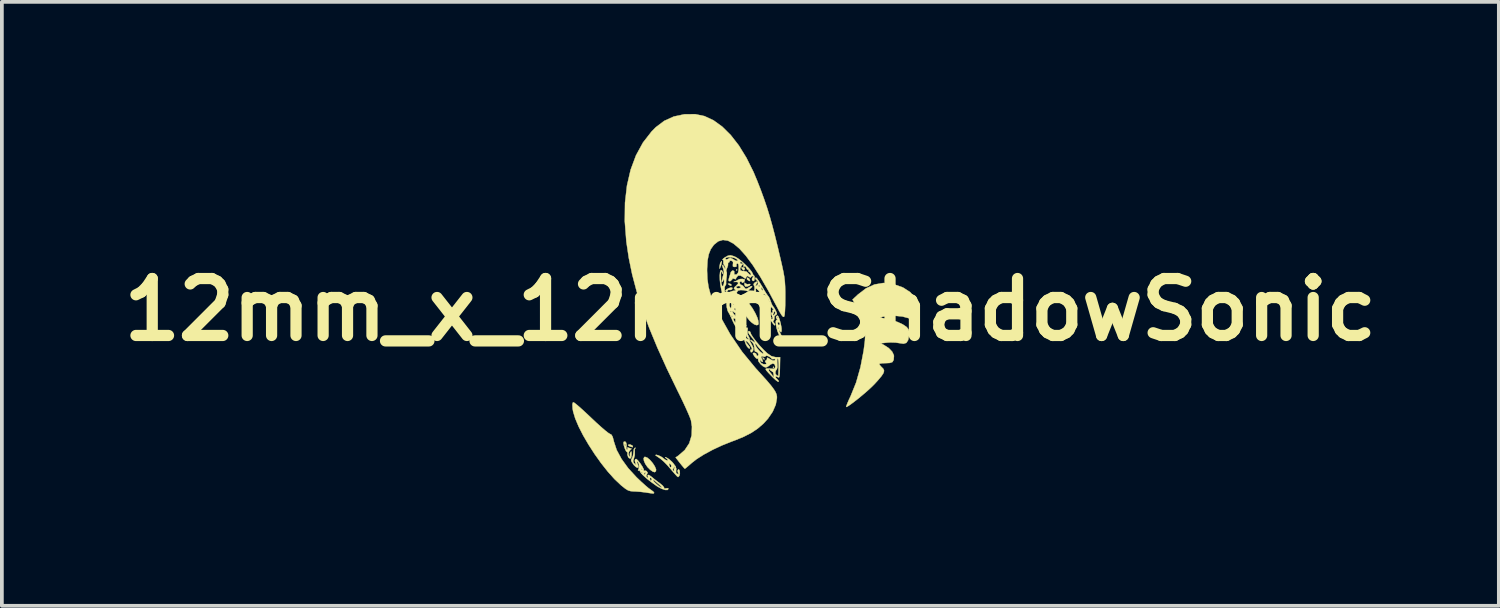
<source format=kicad_pcb>
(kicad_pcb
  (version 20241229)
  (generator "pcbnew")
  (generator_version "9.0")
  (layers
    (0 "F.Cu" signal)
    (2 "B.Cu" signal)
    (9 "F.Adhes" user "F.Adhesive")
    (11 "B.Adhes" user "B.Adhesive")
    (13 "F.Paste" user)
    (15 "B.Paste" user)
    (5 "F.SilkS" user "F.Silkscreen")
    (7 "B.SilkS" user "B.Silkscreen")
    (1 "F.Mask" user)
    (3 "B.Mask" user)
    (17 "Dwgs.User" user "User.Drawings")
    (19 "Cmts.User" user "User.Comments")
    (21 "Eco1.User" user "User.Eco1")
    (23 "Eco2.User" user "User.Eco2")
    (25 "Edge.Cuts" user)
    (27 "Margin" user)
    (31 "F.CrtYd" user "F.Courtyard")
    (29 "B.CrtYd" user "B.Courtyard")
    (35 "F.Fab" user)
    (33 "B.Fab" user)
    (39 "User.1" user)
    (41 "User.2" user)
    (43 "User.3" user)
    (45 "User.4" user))
  (footprint "12mm_x_12mm_ShadowSonic"
    (layer "F.Cu")
    (at 17.025 5.236)
    (property "Reference" "12mm_x_12mm_ShadowSonic" (at 0 0 0) (layer "F.SilkS") (effects (font (size 1.524 1.524) (thickness 0.3))))
    (attr through_hole)
    (fp_poly (pts (xy -0.349 -1.064) (xy -0.365 -1.048) (xy -0.381 -1.064) (xy -0.365 -1.079) (xy -0.349 -1.064)) (stroke (width 0.01) (type solid)) (fill yes) (layer "F.SilkS"))
    (fp_poly (pts (xy -0.349 0.27) (xy -0.365 0.286) (xy -0.381 0.27) (xy -0.365 0.254) (xy -0.349 0.27)) (stroke (width 0.01) (type solid)) (fill yes) (layer "F.SilkS"))
    (fp_poly (pts (xy 0.635 1.54) (xy 0.619 1.556) (xy 0.603 1.54) (xy 0.619 1.524) (xy 0.635 1.54)) (stroke (width 0.01) (type solid)) (fill yes) (layer "F.SilkS"))
    (fp_poly (pts (xy -0.677 -0.243) (xy -0.674 -0.206) (xy -0.677 -0.201) (xy -0.696 -0.205) (xy -0.699 -0.222) (xy -0.687 -0.248) (xy -0.677 -0.243)) (stroke (width 0.01) (type solid)) (fill yes) (layer "F.SilkS"))
    (fp_poly (pts (xy 0.344 1.283) (xy 0.378 1.315) (xy 0.371 1.333) (xy 0.367 1.333) (xy 0.34 1.311) (xy 0.33 1.297) (xy 0.327 1.275) (xy 0.344 1.283)) (stroke (width 0.01) (type solid)) (fill yes) (layer "F.SilkS"))
    (fp_poly (pts (xy -0.516 -0.683) (xy -0.508 -0.667) (xy -0.513 -0.639) (xy -0.54 -0.647) (xy -0.572 -0.667) (xy -0.601 -0.691) (xy -0.571 -0.698) (xy -0.564 -0.698) (xy -0.516 -0.683)) (stroke (width 0.01) (type solid)) (fill yes) (layer "F.SilkS"))
    (fp_poly (pts (xy -0.196 -1.135) (xy -0.151 -1.114) (xy -0.15 -1.089) (xy -0.169 -1.052) (xy -0.195 -1.065) (xy -0.221 -1.094) (xy -0.24 -1.128) (xy -0.205 -1.135) (xy -0.196 -1.135)) (stroke (width 0.01) (type solid)) (fill yes) (layer "F.SilkS"))
    (fp_poly (pts (xy 0.507 -0.135) (xy 0.508 -0.127) (xy 0.484 -0.096) (xy 0.476 -0.095) (xy 0.445 -0.119) (xy 0.445 -0.127) (xy 0.469 -0.158) (xy 0.476 -0.159) (xy 0.507 -0.135)) (stroke (width 0.01) (type solid)) (fill yes) (layer "F.SilkS"))
    (fp_poly (pts (xy -0.764 -1.278) (xy -0.765 -1.27) (xy -0.778 -1.202) (xy -0.794 -1.159) (xy -0.821 -1.095) (xy -0.823 -1.159) (xy -0.809 -1.237) (xy -0.794 -1.27) (xy -0.769 -1.302) (xy -0.764 -1.278)) (stroke (width 0.01) (type solid)) (fill yes) (layer "F.SilkS"))
    (fp_poly (pts (xy -0.032 -0.832) (xy -0.02 -0.81) (xy -0.008 -0.77) (xy -0.009 -0.765) (xy -0.04 -0.777) (xy -0.056 -0.783) (xy -0.09 -0.814) (xy -0.09 -0.848) (xy -0.067 -0.857) (xy -0.032 -0.832)) (stroke (width 0.01) (type solid)) (fill yes) (layer "F.SilkS"))
    (fp_poly (pts (xy -3.207 3.61) (xy -3.155 3.635) (xy -3.143 3.655) (xy -3.15 3.68) (xy -3.151 3.679) (xy -3.184 3.669) (xy -3.215 3.661) (xy -3.262 3.636) (xy -3.27 3.62) (xy -3.245 3.606) (xy -3.207 3.61)) (stroke (width 0.01) (type solid)) (fill yes) (layer "F.SilkS"))
    (fp_poly (pts (xy -0.191 0.531) (xy -0.162 0.562) (xy -0.171 0.595) (xy -0.188 0.588) (xy -0.191 0.569) (xy -0.197 0.54) (xy -0.219 0.567) (xy -0.251 0.59) (xy -0.266 0.578) (xy -0.259 0.542) (xy -0.239 0.529) (xy -0.191 0.531)) (stroke (width 0.01) (type solid)) (fill yes) (layer "F.SilkS"))
    (fp_poly (pts (xy -0.132 -0.705) (xy -0.085 -0.68) (xy -0.053 -0.685) (xy -0.009 -0.688) (xy 0 -0.674) (xy -0.026 -0.643) (xy -0.082 -0.622) (xy -0.132 -0.622) (xy -0.141 -0.628) (xy -0.157 -0.672) (xy -0.158 -0.696) (xy -0.151 -0.727) (xy -0.132 -0.705)) (stroke (width 0.01) (type solid)) (fill yes) (layer "F.SilkS"))
    (fp_poly (pts (xy -0.485 -0.59) (xy -0.481 -0.556) (xy -0.514 -0.529) (xy -0.557 -0.529) (xy -0.597 -0.527) (xy -0.603 -0.511) (xy -0.625 -0.478) (xy -0.635 -0.476) (xy -0.666 -0.501) (xy -0.667 -0.509) (xy -0.641 -0.54) (xy -0.583 -0.573) (xy -0.521 -0.593) (xy -0.485 -0.59)) (stroke (width 0.01) (type solid)) (fill yes) (layer "F.SilkS"))
    (fp_poly (pts (xy -2.754 3.961) (xy -2.682 4.023) (xy -2.611 4.106) (xy -2.554 4.195) (xy -2.522 4.274) (xy -2.526 4.321) (xy -2.559 4.347) (xy -2.609 4.332) (xy -2.679 4.283) (xy -2.752 4.21) (xy -2.81 4.126) (xy -2.846 4.043) (xy -2.855 3.976) (xy -2.833 3.94) (xy -2.816 3.937) (xy -2.754 3.961)) (stroke (width 0.01) (type solid)) (fill yes) (layer "F.SilkS"))
    (fp_poly (pts (xy -0.126 -0.248) (xy -0.102 -0.232) (xy -0.026 -0.154) (xy 0.057 -0.038) (xy 0.133 0.094) (xy 0.19 0.219) (xy 0.212 0.296) (xy 0.22 0.373) (xy 0.206 0.406) (xy 0.163 0.413) (xy 0.103 0.391) (xy 0.025 0.334) (xy -0.017 0.294) (xy -0.095 0.197) (xy -0.171 0.08) (xy -0.235 -0.039) (xy -0.276 -0.141) (xy -0.286 -0.193) (xy -0.262 -0.25) (xy -0.203 -0.27) (xy -0.126 -0.248)) (stroke (width 0.01) (type solid)) (fill yes) (layer "F.SilkS"))
    (fp_poly (pts (xy -3.321 3.562) (xy -3.31 3.627) (xy -3.314 3.655) (xy -3.318 3.722) (xy -3.299 3.747) (xy -3.283 3.726) (xy -3.289 3.709) (xy -3.291 3.686) (xy -3.257 3.693) (xy -3.2 3.712) (xy -3.18 3.715) (xy -3.183 3.729) (xy -3.204 3.744) (xy -3.246 3.797) (xy -3.26 3.865) (xy -3.241 3.919) (xy -3.233 3.924) (xy -3.212 3.928) (xy -3.219 3.91) (xy -3.224 3.856) (xy -3.209 3.818) (xy -3.187 3.79) (xy -3.178 3.813) (xy -3.176 3.864) (xy -3.186 3.949) (xy -3.214 3.985) (xy -3.252 3.965) (xy -3.27 3.937) (xy -3.29 3.874) (xy -3.286 3.841) (xy -3.288 3.812) (xy -3.299 3.81) (xy -3.326 3.783) (xy -3.356 3.717) (xy -3.382 3.638) (xy -3.385 3.619) (xy -3.365 3.619) (xy -3.354 3.646) (xy -3.344 3.641) (xy -3.341 3.603) (xy -3.344 3.598) (xy -3.363 3.603) (xy -3.365 3.619) (xy -3.385 3.619) (xy -3.394 3.569) (xy -3.389 3.537) (xy -3.35 3.526) (xy -3.321 3.562)) (stroke (width 0.01) (type solid)) (fill yes) (layer "F.SilkS"))
    (fp_poly (pts (xy -4.698 2.498) (xy -4.626 2.556) (xy -4.525 2.645) (xy -4.401 2.758) (xy -4.263 2.888) (xy -4.261 2.89) (xy -4.121 3.022) (xy -3.992 3.138) (xy -3.883 3.232) (xy -3.803 3.295) (xy -3.76 3.321) (xy -3.716 3.345) (xy -3.684 3.401) (xy -3.656 3.503) (xy -3.651 3.527) (xy -3.576 3.754) (xy -3.446 3.994) (xy -3.268 4.24) (xy -3.047 4.481) (xy -2.929 4.594) (xy -2.818 4.694) (xy -2.727 4.772) (xy -2.67 4.813) (xy -2.599 4.864) (xy -2.572 4.901) (xy -2.594 4.918) (xy -2.611 4.917) (xy -2.664 4.91) (xy -2.755 4.897) (xy -2.81 4.888) (xy -2.942 4.872) (xy -3.081 4.862) (xy -3.119 4.861) (xy -3.201 4.854) (xy -3.27 4.834) (xy -3.344 4.789) (xy -3.441 4.712) (xy -3.466 4.691) (xy -3.637 4.529) (xy -3.815 4.33) (xy -3.993 4.105) (xy -4.166 3.862) (xy -4.328 3.611) (xy -4.473 3.363) (xy -4.594 3.126) (xy -4.685 2.91) (xy -4.741 2.725) (xy -4.754 2.649) (xy -4.76 2.542) (xy -4.751 2.488) (xy -4.732 2.477) (xy -4.698 2.498)) (stroke (width 0.01) (type solid)) (fill yes) (layer "F.SilkS"))
    (fp_poly (pts (xy 0.753 0.187) (xy 0.781 0.259) (xy 0.808 0.356) (xy 0.829 0.46) (xy 0.835 0.5) (xy 0.836 0.57) (xy 0.822 0.603) (xy 0.82 0.603) (xy 0.795 0.578) (xy 0.794 0.566) (xy 0.782 0.543) (xy 0.775 0.548) (xy 0.778 0.584) (xy 0.809 0.646) (xy 0.81 0.647) (xy 0.844 0.716) (xy 0.85 0.767) (xy 0.83 0.764) (xy 0.793 0.715) (xy 0.764 0.664) (xy 0.727 0.576) (xy 0.703 0.492) (xy 0.73 0.492) (xy 0.746 0.508) (xy 0.762 0.492) (xy 0.746 0.476) (xy 0.73 0.492) (xy 0.703 0.492) (xy 0.699 0.477) (xy 0.683 0.384) (xy 0.683 0.363) (xy 0.73 0.363) (xy 0.747 0.407) (xy 0.762 0.413) (xy 0.793 0.39) (xy 0.794 0.383) (xy 0.771 0.34) (xy 0.762 0.333) (xy 0.735 0.341) (xy 0.73 0.363) (xy 0.683 0.363) (xy 0.681 0.312) (xy 0.695 0.276) (xy 0.712 0.278) (xy 0.724 0.275) (xy 0.707 0.249) (xy 0.69 0.206) (xy 0.699 0.206) (xy 0.714 0.222) (xy 0.73 0.206) (xy 0.714 0.191) (xy 0.699 0.206) (xy 0.69 0.206) (xy 0.685 0.195) (xy 0.711 0.162) (xy 0.73 0.159) (xy 0.753 0.187)) (stroke (width 0.01) (type solid)) (fill yes) (layer "F.SilkS"))
    (fp_poly (pts (xy -2.46 3.898) (xy -2.394 3.928) (xy -2.34 3.963) (xy -2.331 3.972) (xy -2.271 4.018) (xy -2.227 4.032) (xy -2.201 4.025) (xy -2.227 3.995) (xy -2.24 3.985) (xy -2.282 3.951) (xy -2.272 3.948) (xy -2.236 3.961) (xy -2.176 3.999) (xy -2.1 4.066) (xy -2.068 4.101) (xy -2.003 4.189) (xy -2.001 4.193) (xy -2.019 4.203) (xy -2.04 4.218) (xy -2.074 4.266) (xy -2.069 4.307) (xy -2.041 4.318) (xy -2.038 4.302) (xy -2.042 4.297) (xy -2.043 4.259) (xy -2.024 4.226) (xy -2.001 4.194) (xy -1.981 4.257) (xy -1.986 4.295) (xy -1.987 4.363) (xy -1.95 4.394) (xy -1.915 4.402) (xy -1.93 4.374) (xy -1.93 4.373) (xy -1.947 4.314) (xy -1.938 4.289) (xy -1.914 4.268) (xy -1.893 4.306) (xy -1.892 4.309) (xy -1.885 4.38) (xy -1.9 4.445) (xy -1.931 4.476) (xy -1.935 4.477) (xy -1.964 4.454) (xy -2.021 4.392) (xy -2.097 4.304) (xy -2.128 4.267) (xy -2.224 4.157) (xy -2.269 4.111) (xy -2.172 4.111) (xy -2.172 4.143) (xy -2.169 4.157) (xy -2.149 4.214) (xy -2.127 4.214) (xy -2.114 4.195) (xy -2.12 4.154) (xy -2.141 4.129) (xy -2.172 4.111) (xy -2.269 4.111) (xy -2.323 4.057) (xy -2.406 3.986) (xy -2.419 3.977) (xy -2.491 3.928) (xy -2.534 3.896) (xy -2.54 3.89) (xy -2.516 3.882) (xy -2.46 3.898)) (stroke (width 0.01) (type solid)) (fill yes) (layer "F.SilkS"))
    (fp_poly (pts (xy 3.803 -0.692) (xy 4.054 -0.606) (xy 4.099 -0.585) (xy 4.277 -0.469) (xy 4.397 -0.325) (xy 4.462 -0.152) (xy 4.471 0.052) (xy 4.468 0.084) (xy 4.45 0.196) (xy 4.417 0.254) (xy 4.357 0.265) (xy 4.258 0.236) (xy 4.226 0.224) (xy 4.069 0.182) (xy 3.879 0.163) (xy 3.684 0.167) (xy 3.54 0.188) (xy 3.489 0.202) (xy 3.485 0.212) (xy 3.534 0.223) (xy 3.602 0.235) (xy 3.771 0.272) (xy 3.936 0.328) (xy 4.078 0.393) (xy 4.178 0.46) (xy 4.185 0.467) (xy 4.234 0.528) (xy 4.251 0.594) (xy 4.246 0.688) (xy 4.221 0.815) (xy 4.174 0.887) (xy 4.098 0.91) (xy 3.995 0.895) (xy 3.883 0.879) (xy 3.747 0.875) (xy 3.671 0.879) (xy 3.484 0.899) (xy 3.576 0.945) (xy 3.703 1.027) (xy 3.794 1.122) (xy 3.839 1.216) (xy 3.842 1.242) (xy 3.834 1.343) (xy 3.802 1.4) (xy 3.732 1.424) (xy 3.637 1.429) (xy 3.54 1.432) (xy 3.471 1.441) (xy 3.452 1.448) (xy 3.461 1.479) (xy 3.506 1.53) (xy 3.517 1.539) (xy 3.561 1.586) (xy 3.578 1.635) (xy 3.562 1.694) (xy 3.511 1.773) (xy 3.421 1.881) (xy 3.335 1.976) (xy 3.252 2.06) (xy 3.144 2.16) (xy 3.021 2.266) (xy 2.895 2.371) (xy 2.775 2.465) (xy 2.673 2.541) (xy 2.598 2.59) (xy 2.565 2.603) (xy 2.569 2.577) (xy 2.596 2.506) (xy 2.641 2.401) (xy 2.684 2.31) (xy 2.83 1.949) (xy 2.947 1.537) (xy 3.032 1.095) (xy 3.065 0.834) (xy 3.076 0.619) (xy 3.063 0.436) (xy 3.023 0.27) (xy 2.956 0.107) (xy 2.859 -0.064) (xy 2.733 -0.27) (xy 2.88 -0.407) (xy 3.096 -0.572) (xy 3.323 -0.675) (xy 3.559 -0.715) (xy 3.803 -0.692)) (stroke (width 0.01) (type solid)) (fill yes) (layer "F.SilkS"))
    (fp_poly (pts (xy -1.229 -5.18) (xy -0.987 -5.068) (xy -0.751 -4.897) (xy -0.524 -4.672) (xy -0.307 -4.393) (xy -0.104 -4.063) (xy 0.084 -3.686) (xy 0.185 -3.445) (xy 0.283 -3.193) (xy 0.368 -2.96) (xy 0.445 -2.734) (xy 0.516 -2.504) (xy 0.586 -2.256) (xy 0.658 -1.98) (xy 0.736 -1.662) (xy 0.802 -1.381) (xy 0.85 -1.172) (xy 0.885 -1.008) (xy 0.909 -0.873) (xy 0.923 -0.75) (xy 0.931 -0.622) (xy 0.935 -0.473) (xy 0.935 -0.326) (xy 0.933 -0.121) (xy 0.926 0.037) (xy 0.916 0.143) (xy 0.901 0.191) (xy 0.901 0.191) (xy 0.875 0.189) (xy 0.833 0.14) (xy 0.773 0.04) (xy 0.715 -0.07) (xy 0.484 -0.503) (xy 0.269 -0.876) (xy 0.069 -1.188) (xy -0.118 -1.441) (xy -0.291 -1.634) (xy -0.451 -1.769) (xy -0.598 -1.847) (xy -0.734 -1.867) (xy -0.859 -1.83) (xy -0.974 -1.738) (xy -0.98 -1.73) (xy -1.06 -1.617) (xy -1.113 -1.483) (xy -1.145 -1.315) (xy -1.157 -1.1) (xy -1.158 -1.048) (xy -1.149 -0.822) (xy -1.119 -0.61) (xy -1.062 -0.398) (xy -0.975 -0.17) (xy -0.853 0.09) (xy -0.826 0.143) (xy -0.537 0.659) (xy -0.22 1.126) (xy 0.133 1.554) (xy 0.147 1.57) (xy 0.32 1.761) (xy 0.455 1.912) (xy 0.555 2.031) (xy 0.626 2.125) (xy 0.672 2.199) (xy 0.698 2.26) (xy 0.71 2.316) (xy 0.711 2.364) (xy 0.68 2.54) (xy 0.598 2.728) (xy 0.472 2.914) (xy 0.352 3.046) (xy 0.198 3.179) (xy 0.028 3.293) (xy -0.172 3.396) (xy -0.417 3.497) (xy -0.492 3.524) (xy -0.753 3.628) (xy -1.006 3.746) (xy -1.238 3.871) (xy -1.434 3.995) (xy -1.562 4.095) (xy -1.649 4.171) (xy -1.716 4.228) (xy -1.75 4.254) (xy -1.752 4.255) (xy -1.776 4.232) (xy -1.827 4.172) (xy -1.882 4.104) (xy -1.999 3.953) (xy -1.928 3.906) (xy -1.754 3.755) (xy -1.634 3.573) (xy -1.57 3.362) (xy -1.562 3.128) (xy -1.588 2.96) (xy -1.612 2.893) (xy -1.659 2.779) (xy -1.726 2.629) (xy -1.808 2.453) (xy -1.9 2.263) (xy -1.938 2.187) (xy -2.232 1.579) (xy -2.488 1.013) (xy -2.707 0.484) (xy -2.891 -0.015) (xy -3.041 -0.489) (xy -3.161 -0.944) (xy -3.252 -1.386) (xy -3.317 -1.821) (xy -3.318 -1.835) (xy -3.359 -2.366) (xy -3.353 -2.862) (xy -3.3 -3.323) (xy -3.202 -3.746) (xy -3.059 -4.13) (xy -2.872 -4.472) (xy -2.64 -4.77) (xy -2.529 -4.882) (xy -2.304 -5.052) (xy -2.048 -5.168) (xy -1.766 -5.228) (xy -1.474 -5.231) (xy -1.229 -5.18)) (stroke (width 0.01) (type solid)) (fill yes) (layer "F.SilkS"))
    (fp_poly (pts (xy -3.067 3.697) (xy -3.077 3.703) (xy -3.094 3.742) (xy -3.092 3.801) (xy -3.093 3.892) (xy -3.115 3.976) (xy -3.136 4.048) (xy -3.12 4.096) (xy -3.097 4.122) (xy -3.058 4.157) (xy -3.057 4.144) (xy -3.074 4.11) (xy -3.09 4.041) (xy -3.081 4.002) (xy -3.054 3.993) (xy -3.01 4.03) (xy -2.943 4.115) (xy -2.886 4.202) (xy -2.853 4.27) (xy -2.849 4.301) (xy -2.851 4.317) (xy -2.842 4.31) (xy -2.799 4.307) (xy -2.773 4.322) (xy -2.747 4.364) (xy -2.767 4.403) (xy -2.787 4.451) (xy -2.763 4.486) (xy -2.734 4.506) (xy -2.739 4.474) (xy -2.741 4.469) (xy -2.746 4.422) (xy -2.712 4.422) (xy -2.644 4.47) (xy -2.632 4.48) (xy -2.56 4.539) (xy -2.465 4.612) (xy -2.422 4.643) (xy -2.35 4.703) (xy -2.31 4.752) (xy -2.307 4.771) (xy -2.299 4.787) (xy -2.258 4.78) (xy -2.204 4.775) (xy -2.191 4.792) (xy -2.215 4.823) (xy -2.279 4.822) (xy -2.372 4.791) (xy -2.48 4.733) (xy -2.505 4.717) (xy -2.642 4.619) (xy -2.761 4.526) (xy -2.688 4.526) (xy -2.673 4.567) (xy -2.662 4.572) (xy -2.651 4.562) (xy -2.603 4.562) (xy -2.581 4.596) (xy -2.526 4.65) (xy -2.46 4.707) (xy -2.4 4.75) (xy -2.372 4.762) (xy -2.376 4.744) (xy -2.418 4.7) (xy -2.435 4.684) (xy -2.523 4.607) (xy -2.574 4.565) (xy -2.597 4.552) (xy -2.603 4.559) (xy -2.603 4.562) (xy -2.651 4.562) (xy -2.636 4.548) (xy -2.635 4.542) (xy -2.658 4.498) (xy -2.662 4.496) (xy -2.685 4.506) (xy -2.688 4.526) (xy -2.761 4.526) (xy -2.766 4.522) (xy -2.865 4.435) (xy -2.887 4.411) (xy -2.85 4.411) (xy -2.845 4.413) (xy -2.816 4.391) (xy -2.81 4.381) (xy -2.802 4.352) (xy -2.806 4.35) (xy -2.835 4.372) (xy -2.842 4.381) (xy -2.85 4.411) (xy -2.887 4.411) (xy -2.929 4.366) (xy -2.921 4.366) (xy -2.905 4.381) (xy -2.889 4.366) (xy -2.905 4.35) (xy -2.921 4.366) (xy -2.929 4.366) (xy -2.93 4.365) (xy -2.952 4.324) (xy -2.972 4.299) (xy -2.988 4.304) (xy -3.006 4.305) (xy -2.992 4.27) (xy -2.921 4.27) (xy -2.905 4.286) (xy -2.889 4.27) (xy -2.905 4.255) (xy -2.921 4.27) (xy -2.992 4.27) (xy -2.987 4.258) (xy -2.973 4.193) (xy -2.984 4.122) (xy -3.013 4.073) (xy -3.034 4.064) (xy -3.034 4.087) (xy -3.014 4.131) (xy -2.991 4.2) (xy -3.006 4.229) (xy -3.05 4.217) (xy -3.11 4.163) (xy -3.125 4.143) (xy -3.177 4.068) (xy -3.191 4.021) (xy -3.172 3.981) (xy -3.17 3.978) (xy -3.141 3.912) (xy -3.127 3.821) (xy -3.127 3.816) (xy -3.117 3.736) (xy -3.09 3.697) (xy -3.087 3.696) (xy -3.067 3.697)) (stroke (width 0.01) (type solid)) (fill yes) (layer "F.SilkS"))
    (fp_poly (pts (xy -0.001 0.596) (xy 0 0.604) (xy 0.021 0.659) (xy 0.077 0.746) (xy 0.159 0.853) (xy 0.256 0.967) (xy 0.359 1.077) (xy 0.454 1.167) (xy 0.563 1.242) (xy 0.667 1.269) (xy 0.685 1.27) (xy 0.797 1.27) (xy 0.791 1.556) (xy 0.787 1.692) (xy 0.78 1.773) (xy 0.768 1.81) (xy 0.75 1.812) (xy 0.741 1.806) (xy 0.694 1.784) (xy 0.676 1.79) (xy 0.682 1.821) (xy 0.713 1.853) (xy 0.754 1.898) (xy 0.758 1.927) (xy 0.732 1.922) (xy 0.675 1.879) (xy 0.598 1.807) (xy 0.583 1.792) (xy 0.483 1.688) (xy 0.426 1.623) (xy 0.412 1.593) (xy 0.493 1.593) (xy 0.496 1.629) (xy 0.534 1.684) (xy 0.537 1.687) (xy 0.584 1.745) (xy 0.603 1.784) (xy 0.615 1.81) (xy 0.616 1.81) (xy 0.624 1.783) (xy 0.624 1.73) (xy 0.608 1.671) (xy 0.582 1.651) (xy 0.579 1.649) (xy 0.671 1.649) (xy 0.672 1.713) (xy 0.704 1.756) (xy 0.706 1.757) (xy 0.745 1.773) (xy 0.749 1.775) (xy 0.751 1.748) (xy 0.754 1.672) (xy 0.756 1.563) (xy 0.757 1.54) (xy 0.756 1.426) (xy 0.748 1.342) (xy 0.736 1.303) (xy 0.734 1.302) (xy 0.72 1.33) (xy 0.719 1.401) (xy 0.722 1.44) (xy 0.725 1.539) (xy 0.708 1.596) (xy 0.702 1.601) (xy 0.671 1.649) (xy 0.579 1.649) (xy 0.539 1.626) (xy 0.531 1.611) (xy 0.505 1.588) (xy 0.493 1.593) (xy 0.412 1.593) (xy 0.409 1.587) (xy 0.43 1.573) (xy 0.487 1.573) (xy 0.525 1.576) (xy 0.612 1.581) (xy 0.654 1.569) (xy 0.666 1.535) (xy 0.667 1.514) (xy 0.646 1.454) (xy 0.595 1.44) (xy 0.53 1.472) (xy 0.506 1.495) (xy 0.445 1.537) (xy 0.401 1.544) (xy 0.342 1.516) (xy 0.278 1.461) (xy 0.228 1.397) (xy 0.222 1.383) (xy 0.26 1.383) (xy 0.293 1.43) (xy 0.351 1.458) (xy 0.372 1.46) (xy 0.426 1.455) (xy 0.426 1.431) (xy 0.413 1.413) (xy 0.391 1.373) (xy 0.409 1.365) (xy 0.44 1.339) (xy 0.445 1.316) (xy 0.45 1.284) (xy 0.479 1.292) (xy 0.515 1.316) (xy 0.593 1.357) (xy 0.648 1.361) (xy 0.667 1.332) (xy 0.647 1.314) (xy 0.631 1.32) (xy 0.586 1.323) (xy 0.576 1.314) (xy 0.532 1.273) (xy 0.475 1.241) (xy 0.428 1.229) (xy 0.413 1.24) (xy 0.388 1.26) (xy 0.349 1.254) (xy 0.298 1.246) (xy 0.29 1.273) (xy 0.319 1.336) (xy 0.335 1.386) (xy 0.319 1.397) (xy 0.288 1.372) (xy 0.286 1.36) (xy 0.275 1.336) (xy 0.269 1.34) (xy 0.26 1.383) (xy 0.222 1.383) (xy 0.206 1.343) (xy 0.21 1.328) (xy 0.213 1.307) (xy 0.199 1.312) (xy 0.16 1.304) (xy 0.115 1.255) (xy 0.074 1.189) (xy 0.069 1.161) (xy 0.1 1.154) (xy 0.111 1.154) (xy 0.153 1.176) (xy 0.159 1.196) (xy 0.179 1.235) (xy 0.193 1.238) (xy 0.216 1.213) (xy 0.215 1.183) (xy 0.183 1.137) (xy 0.156 1.13) (xy 0.121 1.111) (xy 0.108 1.042) (xy 0.108 1.024) (xy 0.091 0.927) (xy 0.088 0.922) (xy 0.128 0.922) (xy 0.148 0.978) (xy 0.198 1.051) (xy 0.261 1.121) (xy 0.319 1.167) (xy 0.342 1.174) (xy 0.348 1.156) (xy 0.314 1.109) (xy 0.292 1.085) (xy 0.223 1.011) (xy 0.17 0.944) (xy 0.165 0.934) (xy 0.137 0.897) (xy 0.128 0.917) (xy 0.128 0.922) (xy 0.088 0.922) (xy 0.054 0.874) (xy 0.01 0.831) (xy 0 0.809) (xy 0.02 0.809) (xy 0.064 0.841) (xy 0.111 0.877) (xy 0.124 0.87) (xy 0.103 0.827) (xy 0.052 0.757) (xy 0.03 0.731) (xy -0.039 0.643) (xy -0.061 0.591) (xy -0.04 0.572) (xy -0.032 0.572) (xy -0.001 0.596)) (stroke (width 0.01) (type solid)) (fill yes) (layer "F.SilkS"))
    (fp_poly (pts (xy -0.447 -1.433) (xy -0.386 -1.406) (xy -0.312 -1.359) (xy -0.22 -1.285) (xy -0.124 -1.196) (xy -0.036 -1.106) (xy 0.03 -1.026) (xy 0.062 -0.97) (xy 0.064 -0.962) (xy 0.081 -0.924) (xy 0.092 -0.921) (xy 0.112 -0.894) (xy 0.116 -0.841) (xy 0.101 -0.776) (xy 0.072 -0.767) (xy 0.045 -0.797) (xy 0.048 -0.842) (xy 0.063 -0.857) (xy 0.083 -0.888) (xy 0.07 -0.901) (xy 0.033 -0.896) (xy 0.024 -0.881) (xy 0.003 -0.857) (xy -0.039 -0.882) (xy -0.081 -0.905) (xy -0.106 -0.874) (xy -0.108 -0.87) (xy -0.128 -0.834) (xy -0.158 -0.845) (xy -0.186 -0.869) (xy -0.263 -0.914) (xy -0.33 -0.911) (xy -0.371 -0.86) (xy -0.372 -0.857) (xy -0.395 -0.814) (xy -0.429 -0.826) (xy -0.469 -0.838) (xy -0.487 -0.81) (xy -0.528 -0.768) (xy -0.552 -0.762) (xy -0.58 -0.773) (xy -0.578 -0.816) (xy -0.564 -0.865) (xy -0.538 -0.948) (xy -0.521 -1.006) (xy -0.52 -1.008) (xy -0.484 -1.044) (xy -0.462 -1.048) (xy -0.429 -1.026) (xy -0.432 -1.003) (xy -0.432 -0.954) (xy -0.421 -0.942) (xy -0.371 -0.94) (xy -0.33 -0.986) (xy -0.312 -1.066) (xy -0.312 -1.067) (xy -0.312 -1.167) (xy -0.321 -1.22) (xy -0.343 -1.237) (xy -0.353 -1.238) (xy -0.374 -1.215) (xy -0.37 -1.191) (xy -0.374 -1.152) (xy -0.417 -1.143) (xy -0.464 -1.154) (xy -0.468 -1.2) (xy -0.464 -1.219) (xy -0.463 -1.255) (xy -0.275 -1.255) (xy -0.253 -1.227) (xy -0.225 -1.231) (xy -0.193 -1.239) (xy -0.203 -1.216) (xy -0.226 -1.188) (xy -0.273 -1.111) (xy -0.269 -1.056) (xy -0.217 -1.034) (xy -0.191 -1.035) (xy -0.102 -1.019) (xy -0.063 -0.983) (xy -0.016 -0.933) (xy 0.014 -0.924) (xy 0.015 -0.958) (xy 0.011 -0.968) (xy -0.021 -1.01) (xy -0.037 -1.016) (xy -0.052 -1.036) (xy -0.045 -1.053) (xy -0.041 -1.075) (xy -0.055 -1.069) (xy -0.087 -1.078) (xy -0.105 -1.115) (xy -0.133 -1.161) (xy -0.162 -1.157) (xy -0.188 -1.153) (xy -0.181 -1.185) (xy -0.188 -1.242) (xy -0.218 -1.268) (xy -0.264 -1.281) (xy -0.275 -1.255) (xy -0.463 -1.255) (xy -0.462 -1.281) (xy -0.505 -1.31) (xy -0.508 -1.311) (xy -0.551 -1.313) (xy -0.554 -1.299) (xy -0.56 -1.272) (xy -0.572 -1.27) (xy -0.598 -1.247) (xy -0.596 -1.231) (xy -0.6 -1.176) (xy -0.624 -1.112) (xy -0.646 -1.052) (xy -0.64 -1.023) (xy -0.629 -0.99) (xy -0.631 -0.914) (xy -0.637 -0.864) (xy -0.648 -0.772) (xy -0.65 -0.707) (xy -0.647 -0.693) (xy -0.656 -0.659) (xy -0.669 -0.65) (xy -0.688 -0.602) (xy -0.686 -0.501) (xy -0.682 -0.473) (xy -0.674 -0.369) (xy -0.682 -0.322) (xy -0.703 -0.33) (xy -0.733 -0.39) (xy -0.768 -0.499) (xy -0.776 -0.534) (xy -0.801 -0.664) (xy -0.815 -0.795) (xy -0.818 -0.914) (xy -0.81 -1.006) (xy -0.79 -1.056) (xy -0.778 -1.061) (xy -0.748 -1.033) (xy -0.738 -0.998) (xy -0.735 -0.956) (xy -0.746 -0.972) (xy -0.758 -1) (xy -0.776 -1.028) (xy -0.785 -1.005) (xy -0.788 -0.937) (xy -0.785 -0.803) (xy -0.774 -0.701) (xy -0.757 -0.64) (xy -0.735 -0.629) (xy -0.728 -0.637) (xy -0.706 -0.704) (xy -0.701 -0.762) (xy -0.705 -0.815) (xy -0.716 -0.808) (xy -0.73 -0.778) (xy -0.752 -0.742) (xy -0.76 -0.755) (xy -0.756 -0.803) (xy -0.74 -0.874) (xy -0.726 -0.918) (xy -0.707 -1.018) (xy -0.727 -1.102) (xy -0.749 -1.166) (xy -0.748 -1.199) (xy -0.726 -1.187) (xy -0.701 -1.14) (xy -0.678 -1.096) (xy -0.669 -1.113) (xy -0.669 -1.117) (xy -0.685 -1.176) (xy -0.701 -1.192) (xy -0.723 -1.237) (xy -0.72 -1.274) (xy -0.723 -1.322) (xy -0.741 -1.334) (xy -0.743 -1.348) (xy -0.735 -1.355) (xy -0.668 -1.355) (xy -0.64 -1.343) (xy -0.595 -1.359) (xy -0.588 -1.365) (xy -0.541 -1.387) (xy -0.486 -1.366) (xy -0.468 -1.355) (xy -0.399 -1.315) (xy -0.352 -1.303) (xy -0.338 -1.317) (xy -0.364 -1.353) (xy -0.425 -1.385) (xy -0.512 -1.404) (xy -0.598 -1.406) (xy -0.654 -1.388) (xy -0.655 -1.387) (xy -0.668 -1.355) (xy -0.735 -1.355) (xy -0.7 -1.385) (xy -0.683 -1.397) (xy -0.6 -1.444) (xy -0.53 -1.456) (xy -0.447 -1.433)) (stroke (width 0.01) (type solid)) (fill yes) (layer "F.SilkS"))
    (fp_poly (pts (xy 0.18 -0.832) (xy 0.228 -0.763) (xy 0.289 -0.664) (xy 0.316 -0.619) (xy 0.38 -0.509) (xy 0.435 -0.422) (xy 0.471 -0.371) (xy 0.478 -0.364) (xy 0.503 -0.326) (xy 0.535 -0.252) (xy 0.542 -0.23) (xy 0.572 -0.15) (xy 0.599 -0.1) (xy 0.603 -0.095) (xy 0.632 -0.059) (xy 0.672 0.01) (xy 0.677 0.021) (xy 0.709 0.089) (xy 0.708 0.122) (xy 0.679 0.14) (xy 0.644 0.177) (xy 0.645 0.203) (xy 0.64 0.261) (xy 0.625 0.283) (xy 0.606 0.322) (xy 0.631 0.347) (xy 0.662 0.393) (xy 0.66 0.416) (xy 0.639 0.412) (xy 0.597 0.361) (xy 0.54 0.276) (xy 0.527 0.253) (xy 0.459 0.142) (xy 0.394 0.044) (xy 0.345 -0.019) (xy 0.344 -0.02) (xy 0.305 -0.08) (xy 0.315 -0.11) (xy 0.348 -0.153) (xy 0.349 -0.165) (xy 0.332 -0.179) (xy 0.304 -0.16) (xy 0.267 -0.145) (xy 0.233 -0.175) (xy 0.208 -0.219) (xy 0.207 -0.22) (xy 0.242 -0.22) (xy 0.244 -0.203) (xy 0.272 -0.174) (xy 0.294 -0.186) (xy 0.348 -0.205) (xy 0.369 -0.2) (xy 0.406 -0.204) (xy 0.409 -0.238) (xy 0.381 -0.27) (xy 0.324 -0.281) (xy 0.269 -0.26) (xy 0.242 -0.22) (xy 0.207 -0.22) (xy 0.154 -0.297) (xy 0.093 -0.35) (xy 0.092 -0.351) (xy 0.046 -0.398) (xy 0.046 -0.413) (xy 0.064 -0.413) (xy 0.091 -0.382) (xy 0.16 -0.36) (xy 0.248 -0.352) (xy 0.305 -0.358) (xy 0.373 -0.351) (xy 0.414 -0.296) (xy 0.429 -0.189) (xy 0.427 -0.103) (xy 0.428 -0.016) (xy 0.441 0.041) (xy 0.448 0.05) (xy 0.472 0.04) (xy 0.476 0.016) (xy 0.489 -0.02) (xy 0.503 -0.019) (xy 0.52 0.021) (xy 0.524 0.094) (xy 0.528 0.161) (xy 0.546 0.19) (xy 0.547 0.191) (xy 0.561 0.21) (xy 0.556 0.222) (xy 0.558 0.252) (xy 0.57 0.254) (xy 0.602 0.244) (xy 0.603 0.24) (xy 0.593 0.204) (xy 0.572 0.143) (xy 0.565 0.122) (xy 0.607 0.122) (xy 0.612 0.149) (xy 0.635 0.143) (xy 0.663 0.098) (xy 0.666 0.07) (xy 0.661 0.034) (xy 0.639 0.057) (xy 0.635 0.064) (xy 0.607 0.122) (xy 0.565 0.122) (xy 0.555 0.087) (xy 0.569 0.079) (xy 0.577 0.083) (xy 0.601 0.084) (xy 0.594 0.053) (xy 0.593 0.008) (xy 0.612 -0.001) (xy 0.621 -0.014) (xy 0.595 -0.034) (xy 0.549 -0.084) (xy 0.54 -0.118) (xy 0.527 -0.171) (xy 0.493 -0.244) (xy 0.45 -0.321) (xy 0.406 -0.386) (xy 0.371 -0.422) (xy 0.357 -0.42) (xy 0.319 -0.39) (xy 0.263 -0.381) (xy 0.209 -0.387) (xy 0.209 -0.411) (xy 0.222 -0.428) (xy 0.243 -0.475) (xy 0.212 -0.523) (xy 0.174 -0.555) (xy 0.294 -0.555) (xy 0.3 -0.542) (xy 0.331 -0.509) (xy 0.336 -0.532) (xy 0.328 -0.557) (xy 0.305 -0.592) (xy 0.295 -0.591) (xy 0.294 -0.555) (xy 0.174 -0.555) (xy 0.16 -0.566) (xy 0.142 -0.556) (xy 0.15 -0.508) (xy 0.147 -0.456) (xy 0.115 -0.445) (xy 0.07 -0.429) (xy 0.064 -0.413) (xy 0.046 -0.413) (xy 0.046 -0.435) (xy 0.046 -0.469) (xy 0.017 -0.465) (xy -0.033 -0.464) (xy -0.046 -0.474) (xy -0.093 -0.503) (xy -0.175 -0.522) (xy -0.262 -0.526) (xy -0.326 -0.513) (xy -0.332 -0.509) (xy -0.361 -0.463) (xy -0.382 -0.391) (xy -0.391 -0.317) (xy -0.386 -0.265) (xy -0.373 -0.254) (xy -0.36 -0.234) (xy -0.365 -0.223) (xy -0.367 -0.173) (xy -0.351 -0.13) (xy -0.336 -0.079) (xy -0.372 -0.051) (xy -0.387 -0.046) (xy -0.435 -0.026) (xy -0.425 -0.002) (xy -0.401 0.017) (xy -0.366 0.056) (xy -0.383 0.08) (xy -0.429 0.078) (xy -0.448 0.06) (xy -0.471 0.035) (xy -0.476 0.056) (xy -0.454 0.105) (xy -0.414 0.149) (xy -0.373 0.201) (xy -0.375 0.235) (xy -0.419 0.237) (xy -0.428 0.234) (xy -0.456 0.231) (xy -0.449 0.265) (xy -0.436 0.295) (xy -0.406 0.348) (xy -0.38 0.347) (xy -0.356 0.322) (xy -0.328 0.292) (xy -0.325 0.313) (xy -0.333 0.349) (xy -0.343 0.401) (xy -0.332 0.396) (xy -0.317 0.371) (xy -0.299 0.303) (xy -0.31 0.276) (xy -0.324 0.238) (xy -0.286 0.238) (xy -0.27 0.254) (xy -0.254 0.238) (xy -0.27 0.222) (xy -0.286 0.238) (xy -0.324 0.238) (xy -0.331 0.219) (xy -0.338 0.146) (xy -0.307 0.146) (xy -0.302 0.159) (xy -0.273 0.189) (xy -0.268 0.191) (xy -0.254 0.166) (xy -0.254 0.159) (xy -0.278 0.128) (xy -0.288 0.127) (xy -0.307 0.146) (xy -0.338 0.146) (xy -0.339 0.141) (xy -0.345 0.059) (xy -0.361 0.006) (xy -0.366 -0.027) (xy -0.354 -0.032) (xy -0.323 -0.005) (xy -0.281 0.059) (xy -0.241 0.139) (xy -0.213 0.213) (xy -0.209 0.258) (xy -0.21 0.259) (xy -0.205 0.285) (xy -0.197 0.286) (xy -0.166 0.312) (xy -0.132 0.373) (xy -0.108 0.431) (xy -0.113 0.435) (xy -0.146 0.397) (xy -0.182 0.354) (xy -0.188 0.363) (xy -0.176 0.405) (xy -0.171 0.461) (xy -0.201 0.476) (xy -0.234 0.456) (xy -0.23 0.405) (xy -0.224 0.357) (xy -0.233 0.351) (xy -0.254 0.394) (xy -0.262 0.431) (xy -0.284 0.505) (xy -0.298 0.535) (xy -0.3 0.592) (xy -0.274 0.629) (xy -0.235 0.661) (xy -0.222 0.646) (xy -0.222 0.634) (xy -0.217 0.604) (xy -0.194 0.63) (xy -0.191 0.635) (xy -0.169 0.663) (xy -0.158 0.654) (xy -0.15 0.599) (xy -0.146 0.542) (xy -0.117 0.493) (xy -0.099 0.483) (xy -0.07 0.487) (xy -0.072 0.536) (xy -0.076 0.552) (xy -0.072 0.659) (xy -0.048 0.709) (xy -0.019 0.769) (xy -0.019 0.802) (xy -0.015 0.838) (xy 0.019 0.902) (xy 0.03 0.919) (xy 0.078 1.014) (xy 0.079 1.079) (xy 0.049 1.132) (xy 0.016 1.139) (xy 0.000032 1.096) (xy 0 1.094) (xy 0.016 1.061) (xy 0.034 1.065) (xy 0.047 1.06) (xy 0.034 1.02) (xy 0.002 0.962) (xy -0.038 0.902) (xy -0.077 0.859) (xy -0.077 0.859) (xy -0.118 0.834) (xy -0.124 0.85) (xy -0.098 0.895) (xy -0.058 0.942) (xy -0.017 0.999) (xy -0.01 1.036) (xy -0.011 1.037) (xy -0.043 1.034) (xy -0.086 0.988) (xy -0.125 0.916) (xy -0.147 0.85) (xy -0.169 0.793) (xy -0.192 0.779) (xy -0.223 0.766) (xy -0.252 0.73) (xy -0.222 0.73) (xy -0.211 0.756) (xy -0.201 0.751) (xy -0.198 0.718) (xy -0.14 0.718) (xy -0.115 0.762) (xy -0.069 0.79) (xy -0.052 0.791) (xy -0.038 0.782) (xy -0.056 0.773) (xy -0.092 0.731) (xy -0.095 0.71) (xy -0.112 0.68) (xy -0.129 0.684) (xy -0.14 0.718) (xy -0.198 0.718) (xy -0.197 0.714) (xy -0.201 0.709) (xy -0.22 0.713) (xy -0.222 0.73) (xy -0.252 0.73) (xy -0.265 0.714) (xy -0.306 0.643) (xy -0.334 0.573) (xy -0.338 0.523) (xy -0.339 0.487) (xy -0.355 0.485) (xy -0.385 0.462) (xy -0.428 0.394) (xy -0.472 0.302) (xy -0.516 0.202) (xy -0.529 0.175) (xy -0.508 0.175) (xy -0.492 0.191) (xy -0.476 0.175) (xy -0.492 0.159) (xy -0.508 0.175) (xy -0.529 0.175) (xy -0.552 0.127) (xy -0.571 0.095) (xy -0.597 0.048) (xy -0.54 0.048) (xy -0.524 0.064) (xy -0.508 0.048) (xy -0.524 0.032) (xy -0.54 0.048) (xy -0.597 0.048) (xy -0.607 0.03) (xy -0.631 -0.069) (xy -0.635 -0.145) (xy -0.562 -0.145) (xy -0.557 -0.098) (xy -0.532 -0.041) (xy -0.516 -0.045) (xy -0.508 -0.111) (xy -0.508 -0.133) (xy -0.512 -0.181) (xy -0.473 -0.181) (xy -0.455 -0.148) (xy -0.433 -0.13) (xy -0.425 -0.151) (xy -0.421 -0.191) (xy -0.43 -0.242) (xy -0.446 -0.254) (xy -0.472 -0.23) (xy -0.473 -0.181) (xy -0.512 -0.181) (xy -0.514 -0.199) (xy -0.534 -0.208) (xy -0.543 -0.2) (xy -0.562 -0.145) (xy -0.635 -0.145) (xy -0.637 -0.173) (xy -0.632 -0.219) (xy -0.626 -0.27) (xy -0.572 -0.27) (xy -0.556 -0.254) (xy -0.54 -0.27) (xy -0.556 -0.286) (xy -0.572 -0.27) (xy -0.626 -0.27) (xy -0.621 -0.308) (xy -0.627 -0.375) (xy -0.628 -0.378) (xy -0.636 -0.411) (xy -0.613 -0.402) (xy -0.585 -0.381) (xy -0.528 -0.332) (xy -0.502 -0.303) (xy -0.467 -0.288) (xy -0.458 -0.294) (xy -0.463 -0.327) (xy -0.508 -0.376) (xy -0.511 -0.38) (xy -0.56 -0.427) (xy -0.561 -0.446) (xy -0.476 -0.446) (xy -0.453 -0.414) (xy -0.445 -0.413) (xy -0.414 -0.424) (xy -0.413 -0.427) (xy -0.435 -0.454) (xy -0.445 -0.46) (xy -0.474 -0.458) (xy -0.476 -0.446) (xy -0.561 -0.446) (xy -0.561 -0.457) (xy -0.54 -0.475) (xy -0.467 -0.503) (xy -0.429 -0.508) (xy -0.387 -0.514) (xy -0.403 -0.534) (xy -0.413 -0.541) (xy -0.44 -0.57) (xy -0.421 -0.603) (xy -0.381 -0.603) (xy -0.354 -0.577) (xy -0.318 -0.572) (xy -0.266 -0.585) (xy -0.254 -0.603) (xy -0.281 -0.629) (xy -0.318 -0.635) (xy -0.369 -0.622) (xy -0.381 -0.603) (xy -0.421 -0.603) (xy -0.421 -0.604) (xy -0.389 -0.633) (xy -0.329 -0.695) (xy -0.327 -0.734) (xy -0.38 -0.745) (xy -0.405 -0.743) (xy -0.45 -0.74) (xy -0.435 -0.748) (xy -0.429 -0.75) (xy -0.362 -0.778) (xy -0.335 -0.797) (xy -0.282 -0.82) (xy -0.211 -0.824) (xy -0.157 -0.81) (xy -0.148 -0.802) (xy -0.156 -0.764) (xy -0.178 -0.737) (xy -0.214 -0.717) (xy -0.222 -0.729) (xy -0.246 -0.761) (xy -0.254 -0.762) (xy -0.282 -0.736) (xy -0.286 -0.714) (xy -0.264 -0.672) (xy -0.246 -0.667) (xy -0.199 -0.642) (xy -0.165 -0.602) (xy -0.131 -0.559) (xy -0.092 -0.562) (xy -0.055 -0.586) (xy 0.012 -0.625) (xy 0.048 -0.632) (xy 0.042 -0.607) (xy 0.004 -0.57) (xy -0.045 -0.527) (xy -0.047 -0.511) (xy -0.004 -0.508) (xy 0.06 -0.505) (xy 0.084 -0.5) (xy 0.106 -0.516) (xy 0.115 -0.567) (xy 0.111 -0.622) (xy 0.095 -0.651) (xy 0.087 -0.686) (xy 0.112 -0.72) (xy 0.163 -0.752) (xy 0.185 -0.738) (xy 0.164 -0.69) (xy 0.159 -0.683) (xy 0.14 -0.644) (xy 0.151 -0.635) (xy 0.222 -0.635) (xy 0.234 -0.609) (xy 0.243 -0.614) (xy 0.247 -0.652) (xy 0.243 -0.656) (xy 0.225 -0.652) (xy 0.222 -0.635) (xy 0.151 -0.635) (xy 0.193 -0.66) (xy 0.207 -0.714) (xy 0.189 -0.769) (xy 0.176 -0.781) (xy 0.133 -0.825) (xy 0.135 -0.853) (xy 0.153 -0.857) (xy 0.18 -0.832)) (stroke (width 0.01) (type solid)) (fill yes) (layer "F.SilkS")))
  (gr_rect
    (start -3 -3)
    (end 37.051 13.158)
    (stroke (width 0.1) (type default))
    (fill no)
    (layer "Edge.Cuts")))
</source>
